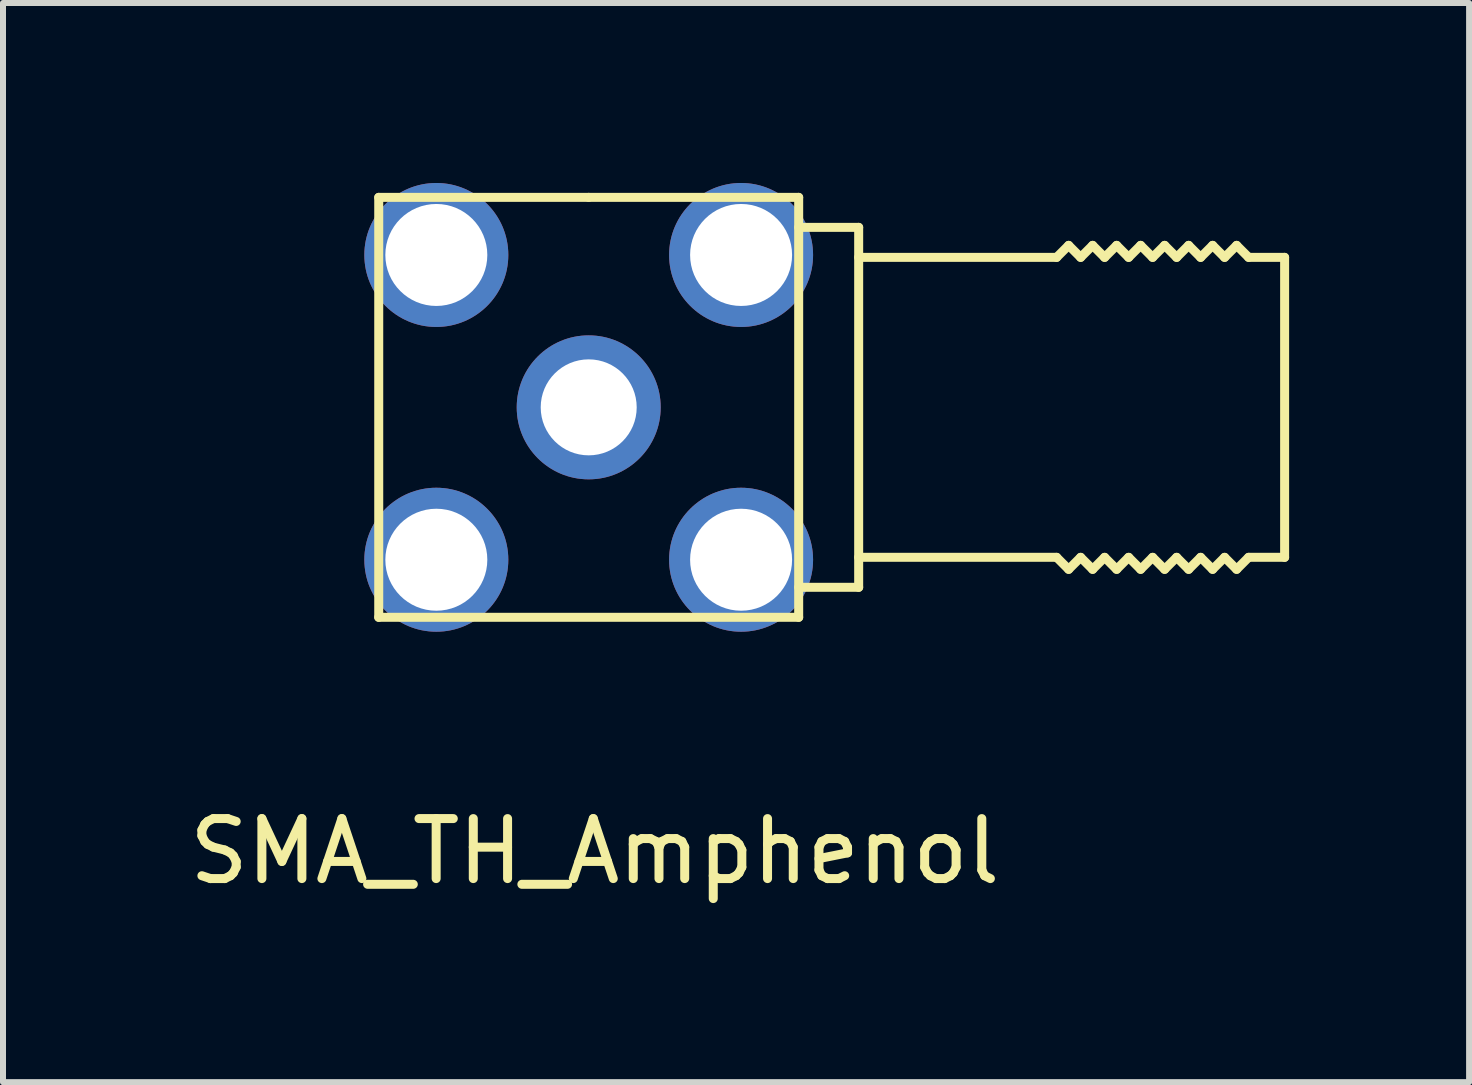
<source format=kicad_pcb>
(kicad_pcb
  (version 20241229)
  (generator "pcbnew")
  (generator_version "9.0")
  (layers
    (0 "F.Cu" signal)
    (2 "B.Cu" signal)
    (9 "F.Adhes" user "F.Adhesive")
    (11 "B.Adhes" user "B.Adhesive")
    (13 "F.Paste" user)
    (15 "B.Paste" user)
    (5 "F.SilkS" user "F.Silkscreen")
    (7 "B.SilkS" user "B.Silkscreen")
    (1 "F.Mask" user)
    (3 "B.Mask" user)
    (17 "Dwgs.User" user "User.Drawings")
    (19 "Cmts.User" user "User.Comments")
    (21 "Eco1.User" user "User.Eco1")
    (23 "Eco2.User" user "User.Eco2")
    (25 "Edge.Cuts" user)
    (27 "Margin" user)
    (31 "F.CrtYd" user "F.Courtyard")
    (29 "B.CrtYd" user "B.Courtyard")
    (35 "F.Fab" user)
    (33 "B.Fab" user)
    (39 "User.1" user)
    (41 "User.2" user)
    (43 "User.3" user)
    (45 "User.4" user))
  (footprint "SMA_TH_Amphenol"
    (layer "F.Cu")
    (at 6.763 3.74)
    (property "Reference" "SMA_TH_Amphenol" (at 0.1 7.4 0) (layer "F.SilkS") (effects (font (size 1 1) (thickness 0.15))))
    (attr through_hole)
    (fp_line (start -3.5 -3.5) (end 0 -3.5) (stroke (width 0.15) (type solid)) (layer "F.SilkS"))
    (fp_line (start -3.5 3.5) (end -3.5 -3.5) (stroke (width 0.15) (type solid)) (layer "F.SilkS"))
    (fp_line (start 0 -3.5) (end 3.5 -3.5) (stroke (width 0.15) (type solid)) (layer "F.SilkS"))
    (fp_line (start 3.5 -3.5) (end 3.5 3.5) (stroke (width 0.15) (type solid)) (layer "F.SilkS"))
    (fp_line (start 3.5 -3) (end 4.5 -3) (stroke (width 0.15) (type solid)) (layer "F.SilkS"))
    (fp_line (start 3.5 3.5) (end -3.5 3.5) (stroke (width 0.15) (type solid)) (layer "F.SilkS"))
    (fp_line (start 4.5 -3) (end 4.5 3) (stroke (width 0.15) (type solid)) (layer "F.SilkS"))
    (fp_line (start 4.5 3) (end 3.5 3) (stroke (width 0.15) (type solid)) (layer "F.SilkS"))
    (fp_line (start 7.8 -2.5) (end 4.5 -2.5) (stroke (width 0.15) (type solid)) (layer "F.SilkS"))
    (fp_line (start 7.8 2.5) (end 4.5 2.5) (stroke (width 0.15) (type solid)) (layer "F.SilkS"))
    (fp_line (start 8 -2.7) (end 7.8 -2.5) (stroke (width 0.15) (type solid)) (layer "F.SilkS"))
    (fp_line (start 8 2.7) (end 7.8 2.5) (stroke (width 0.15) (type solid)) (layer "F.SilkS"))
    (fp_line (start 8.2 -2.5) (end 8 -2.7) (stroke (width 0.15) (type solid)) (layer "F.SilkS"))
    (fp_line (start 8.2 2.5) (end 8 2.7) (stroke (width 0.15) (type solid)) (layer "F.SilkS"))
    (fp_line (start 8.4 -2.7) (end 8.2 -2.5) (stroke (width 0.15) (type solid)) (layer "F.SilkS"))
    (fp_line (start 8.4 2.7) (end 8.2 2.5) (stroke (width 0.15) (type solid)) (layer "F.SilkS"))
    (fp_line (start 8.6 -2.5) (end 8.4 -2.7) (stroke (width 0.15) (type solid)) (layer "F.SilkS"))
    (fp_line (start 8.6 2.5) (end 8.4 2.7) (stroke (width 0.15) (type solid)) (layer "F.SilkS"))
    (fp_line (start 8.8 -2.7) (end 8.6 -2.5) (stroke (width 0.15) (type solid)) (layer "F.SilkS"))
    (fp_line (start 8.8 2.7) (end 8.6 2.5) (stroke (width 0.15) (type solid)) (layer "F.SilkS"))
    (fp_line (start 9 -2.5) (end 8.8 -2.7) (stroke (width 0.15) (type solid)) (layer "F.SilkS"))
    (fp_line (start 9 2.5) (end 8.8 2.7) (stroke (width 0.15) (type solid)) (layer "F.SilkS"))
    (fp_line (start 9.2 -2.7) (end 9 -2.5) (stroke (width 0.15) (type solid)) (layer "F.SilkS"))
    (fp_line (start 9.2 2.7) (end 9 2.5) (stroke (width 0.15) (type solid)) (layer "F.SilkS"))
    (fp_line (start 9.4 -2.5) (end 9.2 -2.7) (stroke (width 0.15) (type solid)) (layer "F.SilkS"))
    (fp_line (start 9.4 2.5) (end 9.2 2.7) (stroke (width 0.15) (type solid)) (layer "F.SilkS"))
    (fp_line (start 9.6 -2.7) (end 9.4 -2.5) (stroke (width 0.15) (type solid)) (layer "F.SilkS"))
    (fp_line (start 9.6 2.7) (end 9.4 2.5) (stroke (width 0.15) (type solid)) (layer "F.SilkS"))
    (fp_line (start 9.8 -2.5) (end 9.6 -2.7) (stroke (width 0.15) (type solid)) (layer "F.SilkS"))
    (fp_line (start 9.8 2.5) (end 9.6 2.7) (stroke (width 0.15) (type solid)) (layer "F.SilkS"))
    (fp_line (start 10 -2.7) (end 9.8 -2.5) (stroke (width 0.15) (type solid)) (layer "F.SilkS"))
    (fp_line (start 10 2.7) (end 9.8 2.5) (stroke (width 0.15) (type solid)) (layer "F.SilkS"))
    (fp_line (start 10.2 -2.5) (end 10 -2.7) (stroke (width 0.15) (type solid)) (layer "F.SilkS"))
    (fp_line (start 10.2 2.5) (end 10 2.7) (stroke (width 0.15) (type solid)) (layer "F.SilkS"))
    (fp_line (start 10.4 -2.7) (end 10.2 -2.5) (stroke (width 0.15) (type solid)) (layer "F.SilkS"))
    (fp_line (start 10.4 2.7) (end 10.2 2.5) (stroke (width 0.15) (type solid)) (layer "F.SilkS"))
    (fp_line (start 10.6 -2.5) (end 10.4 -2.7) (stroke (width 0.15) (type solid)) (layer "F.SilkS"))
    (fp_line (start 10.6 2.5) (end 10.4 2.7) (stroke (width 0.15) (type solid)) (layer "F.SilkS"))
    (fp_line (start 10.8 -2.7) (end 10.6 -2.5) (stroke (width 0.15) (type solid)) (layer "F.SilkS"))
    (fp_line (start 10.8 2.7) (end 10.6 2.5) (stroke (width 0.15) (type solid)) (layer "F.SilkS"))
    (fp_line (start 11 -2.5) (end 10.8 -2.7) (stroke (width 0.15) (type solid)) (layer "F.SilkS"))
    (fp_line (start 11 2.5) (end 10.8 2.7) (stroke (width 0.15) (type solid)) (layer "F.SilkS"))
    (fp_line (start 11 2.5) (end 11.6 2.5) (stroke (width 0.15) (type solid)) (layer "F.SilkS"))
    (fp_line (start 11.6 -2.5) (end 11 -2.5) (stroke (width 0.15) (type solid)) (layer "F.SilkS"))
    (fp_line (start 11.6 -2.5) (end 11.6 2.5) (stroke (width 0.15) (type solid)) (layer "F.SilkS"))
    (pad "1" thru_hole circle (at 0 0) (size 2.4 2.4) (drill 1.6) (layers "*.Cu" "*.Mask"))
    (pad "2" thru_hole circle (at -2.54 -2.54) (size 2.4 2.4) (drill 1.7) (layers "*.Cu" "*.Mask"))
    (pad "2" thru_hole circle (at -2.54 2.54) (size 2.4 2.4) (drill 1.7) (layers "*.Cu" "*.Mask"))
    (pad "2" thru_hole circle (at 2.54 -2.54) (size 2.4 2.4) (drill 1.7) (layers "*.Cu" "*.Mask"))
    (pad "2" thru_hole circle (at 2.54 2.54) (size 2.4 2.4) (drill 1.7) (layers "*.Cu" "*.Mask")))
  (gr_rect
    (start -3 -3)
    (end 21.438 14.988)
    (stroke (width 0.1) (type default))
    (fill no)
    (layer "Edge.Cuts")))
</source>
